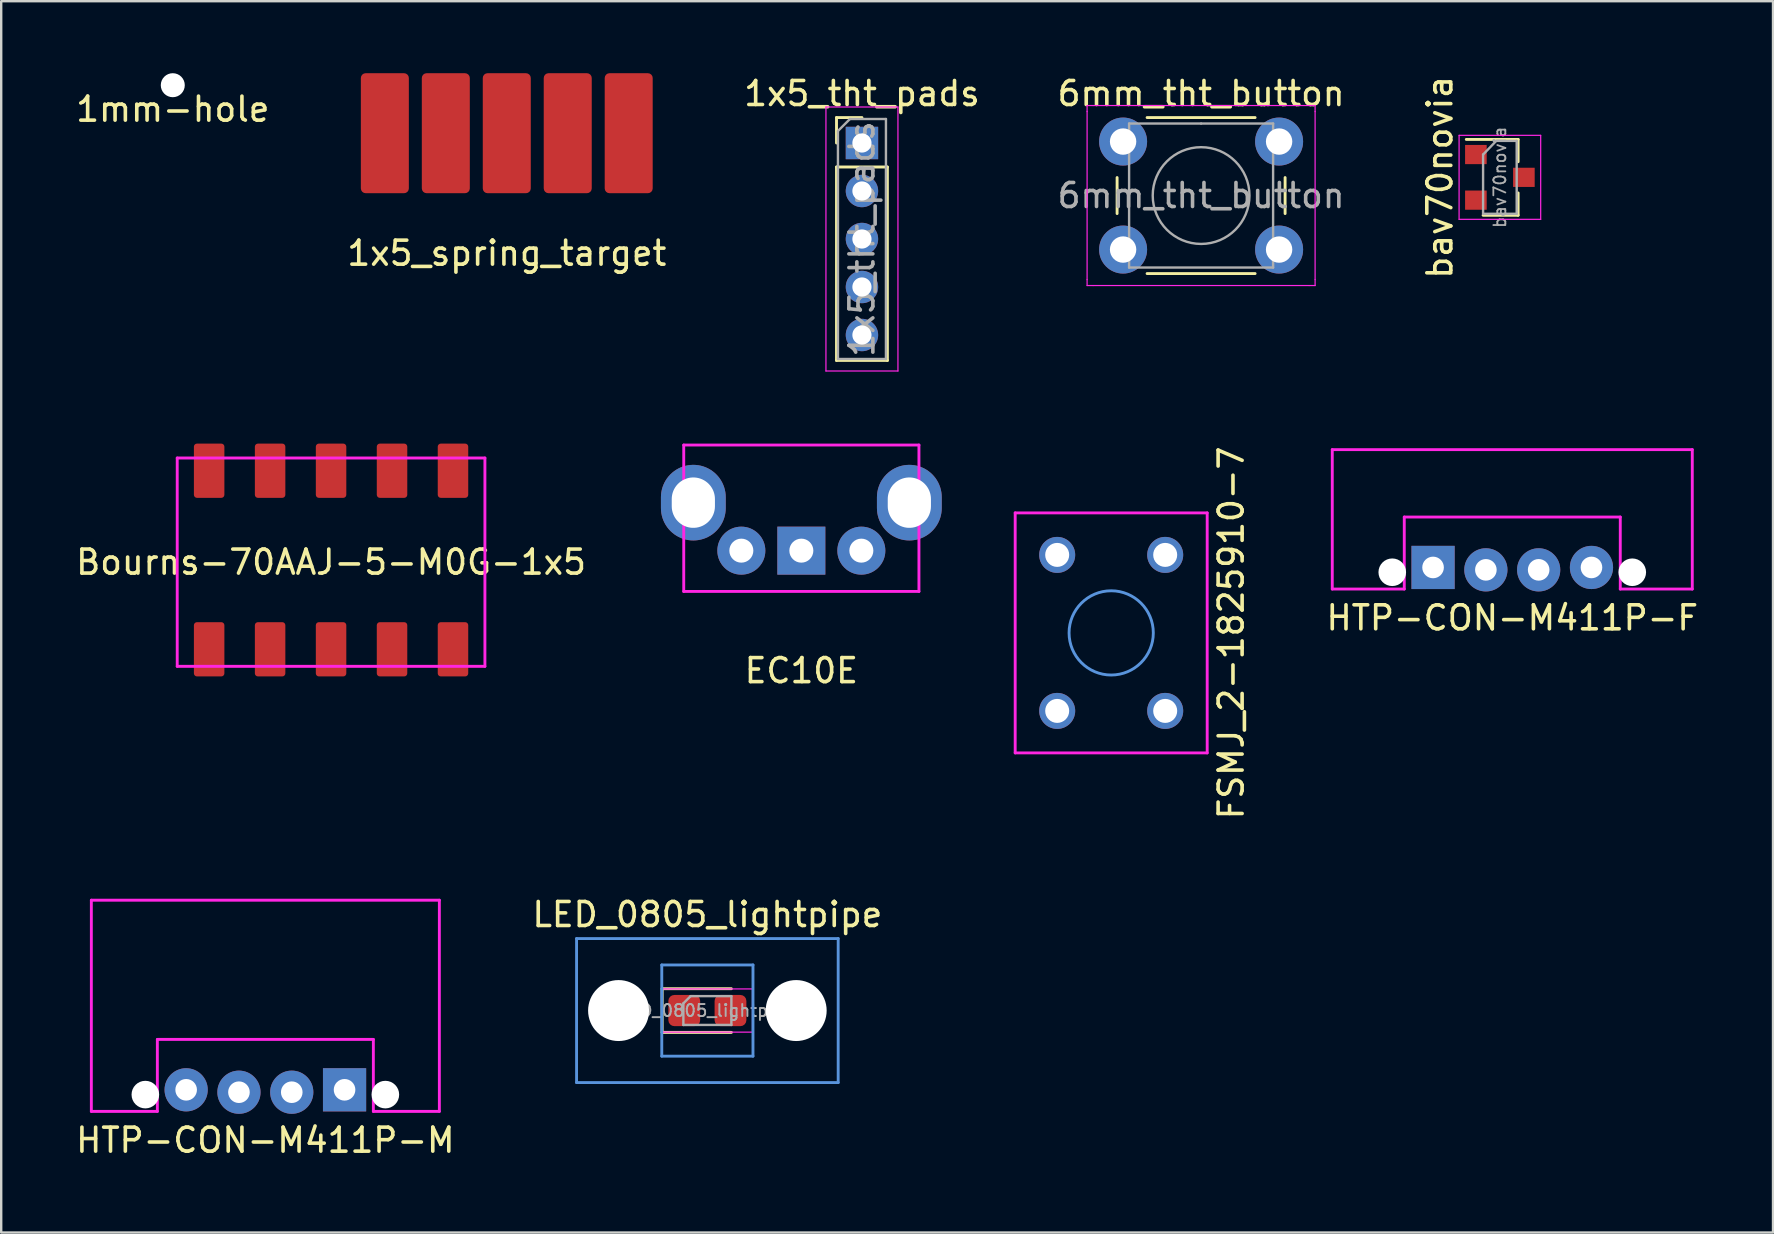
<source format=kicad_pcb>
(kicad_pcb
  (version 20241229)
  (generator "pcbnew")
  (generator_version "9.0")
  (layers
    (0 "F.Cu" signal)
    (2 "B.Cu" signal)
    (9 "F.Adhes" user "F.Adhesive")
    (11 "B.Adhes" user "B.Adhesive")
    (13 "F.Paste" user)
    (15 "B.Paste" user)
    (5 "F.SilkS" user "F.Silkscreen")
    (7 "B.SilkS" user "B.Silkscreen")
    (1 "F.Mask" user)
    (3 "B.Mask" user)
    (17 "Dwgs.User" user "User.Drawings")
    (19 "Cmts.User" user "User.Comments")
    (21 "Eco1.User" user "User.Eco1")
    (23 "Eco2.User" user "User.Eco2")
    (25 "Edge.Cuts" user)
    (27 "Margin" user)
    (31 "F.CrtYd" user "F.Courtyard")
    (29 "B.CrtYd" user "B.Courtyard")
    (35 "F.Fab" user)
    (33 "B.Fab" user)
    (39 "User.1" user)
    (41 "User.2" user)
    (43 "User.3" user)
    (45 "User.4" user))
  (footprint "HTP-CON-M411P-M"
    (layer "F.Cu")
    (at 8.006 34.457)
    (property "Reference" "HTP-CON-M411P-M" (at 0 10 0) (layer "F.SilkS") (effects (font (size 1 1) (thickness 0.15))))
    (attr through_hole)
    (fp_line (start -7.25 6.05) (end 7.25 6.05) (stroke (width 0.12) (type solid)) (layer "Eco2.User"))
    (fp_line (start -7.25 0) (end -7.25 8.8) (stroke (width 0.12) (type solid)) (layer "F.CrtYd"))
    (fp_line (start -7.25 0) (end 7.25 0) (stroke (width 0.12) (type solid)) (layer "F.CrtYd"))
    (fp_line (start -7.25 8.8) (end -4.5 8.8) (stroke (width 0.12) (type solid)) (layer "F.CrtYd"))
    (fp_line (start -4.5 8.8) (end -4.5 5.8) (stroke (width 0.12) (type solid)) (layer "F.CrtYd"))
    (fp_line (start 4.5 5.8) (end -4.5 5.8) (stroke (width 0.12) (type solid)) (layer "F.CrtYd"))
    (fp_line (start 4.5 5.8) (end 4.5 8.8) (stroke (width 0.12) (type solid)) (layer "F.CrtYd"))
    (fp_line (start 4.5 8.8) (end 7.25 8.8) (stroke (width 0.12) (type solid)) (layer "F.CrtYd"))
    (fp_line (start 7.25 0) (end 7.25 8.8) (stroke (width 0.12) (type solid)) (layer "F.CrtYd"))
    (pad "" np_thru_hole circle (at -5 8.1) (size 1.15 1.15) (drill 1.15) (layers "*.Cu" "*.Mask"))
    (pad "" np_thru_hole circle (at 5 8.1) (size 1.15 1.15) (drill 1.15) (layers "*.Cu" "*.Mask"))
    (pad "1" thru_hole circle (at -3.3 7.9) (size 1.8 1.8) (drill 0.9) (layers "*.Cu" "*.Mask"))
    (pad "2" thru_hole circle (at -1.1 8) (size 1.8 1.8) (drill 0.9) (layers "*.Cu" "*.Mask"))
    (pad "3" thru_hole circle (at 1.1 8) (size 1.8 1.8) (drill 0.9) (layers "*.Cu" "*.Mask"))
    (pad "4" thru_hole rect (at 3.3 7.9) (size 1.8 1.8) (drill 0.9) (layers "*.Cu" "*.Mask")))
  (footprint "HTP-CON-M411P-F"
    (layer "F.Cu")
    (at 59.959 15.683)
    (property "Reference" "HTP-CON-M411P-F" (at 0 7.01 0) (layer "F.SilkS") (effects (font (size 1 1) (thickness 0.15))))
    (attr through_hole)
    (fp_line (start -7.5 3.06) (end 7.5 3.06) (stroke (width 0.12) (type solid)) (layer "Eco2.User"))
    (fp_line (start -7.5 0) (end -7.5 5.81) (stroke (width 0.12) (type solid)) (layer "F.CrtYd"))
    (fp_line (start -7.5 0) (end 7.5 0) (stroke (width 0.12) (type solid)) (layer "F.CrtYd"))
    (fp_line (start -7.5 5.81) (end -4.5 5.81) (stroke (width 0.12) (type solid)) (layer "F.CrtYd"))
    (fp_line (start -4.5 5.81) (end -4.5 2.81) (stroke (width 0.12) (type solid)) (layer "F.CrtYd"))
    (fp_line (start 4.5 2.81) (end -4.5 2.81) (stroke (width 0.12) (type solid)) (layer "F.CrtYd"))
    (fp_line (start 4.5 2.81) (end 4.5 5.81) (stroke (width 0.12) (type solid)) (layer "F.CrtYd"))
    (fp_line (start 4.5 5.81) (end 7.5 5.81) (stroke (width 0.12) (type solid)) (layer "F.CrtYd"))
    (fp_line (start 7.5 0) (end 7.5 5.81) (stroke (width 0.12) (type solid)) (layer "F.CrtYd"))
    (pad "" np_thru_hole circle (at -5 5.11) (size 1.15 1.15) (drill 1.15) (layers "*.Cu" "*.Mask"))
    (pad "" np_thru_hole circle (at 5 5.11) (size 1.15 1.15) (drill 1.15) (layers "*.Cu" "*.Mask"))
    (pad "1" thru_hole circle (at 3.3 4.91) (size 1.8 1.8) (drill 0.9) (layers "*.Cu" "*.Mask"))
    (pad "2" thru_hole circle (at 1.1 5.01) (size 1.8 1.8) (drill 0.9) (layers "*.Cu" "*.Mask"))
    (pad "3" thru_hole circle (at -1.1 5.01) (size 1.8 1.8) (drill 0.9) (layers "*.Cu" "*.Mask"))
    (pad "4" thru_hole rect (at -3.3 4.91) (size 1.8 1.8) (drill 0.9) (layers "*.Cu" "*.Mask")))
  (footprint "FSMJ_2-1825910-7"
    (layer "F.Cu")
    (at 43.248 23.32)
    (property "Reference" "FSMJ_2-1825910-7" (at 5 0 90) (layer "F.SilkS") (effects (font (size 1 1) (thickness 0.15))))
    (attr through_hole)
    (fp_circle (center 0 0) (end 1.755 0) (stroke (width 0.12) (type solid)) (fill no) (layer "Cmts.User"))
    (fp_line (start -4 -5) (end 4 -5) (stroke (width 0.12) (type solid)) (layer "F.CrtYd"))
    (fp_line (start -4 5) (end -4 -5) (stroke (width 0.12) (type solid)) (layer "F.CrtYd"))
    (fp_line (start 4 -5) (end 4 5) (stroke (width 0.12) (type solid)) (layer "F.CrtYd"))
    (fp_line (start 4 5) (end -4 5) (stroke (width 0.12) (type solid)) (layer "F.CrtYd"))
    (pad "1" thru_hole circle (at -2.25 -3.25) (size 1.5 1.5) (drill 1) (layers "*.Cu" "B.Mask"))
    (pad "1" thru_hole circle (at -2.25 3.25) (size 1.5 1.5) (drill 1) (layers "*.Cu" "B.Mask"))
    (pad "2" thru_hole circle (at 2.25 -3.25) (size 1.5 1.5) (drill 1) (layers "*.Cu" "B.Mask"))
    (pad "2" thru_hole circle (at 2.25 3.25) (size 1.5 1.5) (drill 1) (layers "*.Cu" "B.Mask")))
  (footprint "1mm-hole"
    (layer "F.Cu")
    (at 4.149 0.5)
    (property "Reference" "1mm-hole" (at 0 1 0) (layer "F.SilkS") (effects (font (size 1 1) (thickness 0.15))))
    (attr through_hole)
    (pad "" np_thru_hole circle (at 0 0) (size 1 1) (drill 1) (layers "*.Cu" "*.Mask")))
  (footprint "Bourns-70AAJ-5-M0G-1x5"
    (layer "F.Cu")
    (at 10.744 16.563)
    (property "Reference" "Bourns-70AAJ-5-M0G-1x5" (at 0 3.81 0) (layer "F.SilkS") (effects (font (size 1 1) (thickness 0.15))))
    (attr through_hole)
    (fp_line (start -6.41 -0.53) (end 6.41 -0.53) (stroke (width 0.12) (type solid)) (layer "F.CrtYd"))
    (fp_line (start -6.41 8.15) (end -6.41 -0.53) (stroke (width 0.12) (type solid)) (layer "F.CrtYd"))
    (fp_line (start 6.41 -0.53) (end 6.41 8.15) (stroke (width 0.12) (type solid)) (layer "F.CrtYd"))
    (fp_line (start 6.41 8.15) (end -6.41 8.15) (stroke (width 0.12) (type solid)) (layer "F.CrtYd"))
    (pad "1" smd roundrect (at -5.08 0) (size 1.27 2.26) (layers "F.Cu" "F.Mask" "F.Paste") (roundrect_rratio 0.1))
    (pad "1" smd roundrect (at -5.08 7.44) (size 1.27 2.26) (layers "F.Cu" "F.Mask" "F.Paste") (roundrect_rratio 0.1))
    (pad "2" smd roundrect (at -2.54 0) (size 1.27 2.26) (layers "F.Cu" "F.Mask" "F.Paste") (roundrect_rratio 0.1))
    (pad "2" smd roundrect (at -2.54 7.44) (size 1.27 2.26) (layers "F.Cu" "F.Mask" "F.Paste") (roundrect_rratio 0.1))
    (pad "3" smd roundrect (at 0 0) (size 1.27 2.26) (layers "F.Cu" "F.Mask" "F.Paste") (roundrect_rratio 0.1))
    (pad "3" smd roundrect (at 0 7.44) (size 1.27 2.26) (layers "F.Cu" "F.Mask" "F.Paste") (roundrect_rratio 0.1))
    (pad "4" smd roundrect (at 2.54 0) (size 1.27 2.26) (layers "F.Cu" "F.Mask" "F.Paste") (roundrect_rratio 0.1))
    (pad "4" smd roundrect (at 2.54 7.44) (size 1.27 2.26) (layers "F.Cu" "F.Mask" "F.Paste") (roundrect_rratio 0.1))
    (pad "5" smd roundrect (at 5.08 0) (size 1.27 2.26) (layers "F.Cu" "F.Mask" "F.Paste") (roundrect_rratio 0.1))
    (pad "5" smd roundrect (at 5.08 7.44) (size 1.27 2.26) (layers "F.Cu" "F.Mask" "F.Paste") (roundrect_rratio 0.1)))
  (footprint "6mm_tht_button"
    (layer "F.Cu")
    (at 46.994 5.098)
    (property "Reference" "6mm_tht_button" (at 0 -4.25 0) (layer "F.SilkS") (effects (font (size 1 1) (thickness 0.15))))
    (attr through_hole)
    (fp_line (start -3.5 -0.75) (end -3.5 0.75) (stroke (width 0.12) (type solid)) (layer "F.SilkS"))
    (fp_line (start -2.25 3.25) (end 2.25 3.25) (stroke (width 0.12) (type solid)) (layer "F.SilkS"))
    (fp_line (start 2.25 -3.25) (end -2.25 -3.25) (stroke (width 0.12) (type solid)) (layer "F.SilkS"))
    (fp_line (start 3.5 0.75) (end 3.5 -0.75) (stroke (width 0.12) (type solid)) (layer "F.SilkS"))
    (fp_line (start -4.75 -3.75) (end -4.5 -3.75) (stroke (width 0.05) (type solid)) (layer "F.CrtYd"))
    (fp_line (start -4.75 -3.5) (end -4.75 -3.75) (stroke (width 0.05) (type solid)) (layer "F.CrtYd"))
    (fp_line (start -4.75 3.5) (end -4.75 -3.5) (stroke (width 0.05) (type solid)) (layer "F.CrtYd"))
    (fp_line (start -4.75 3.5) (end -4.75 3.75) (stroke (width 0.05) (type solid)) (layer "F.CrtYd"))
    (fp_line (start -4.75 3.75) (end -4.5 3.75) (stroke (width 0.05) (type solid)) (layer "F.CrtYd"))
    (fp_line (start -4.5 -3.75) (end 4.5 -3.75) (stroke (width 0.05) (type solid)) (layer "F.CrtYd"))
    (fp_line (start 4.5 -3.75) (end 4.75 -3.75) (stroke (width 0.05) (type solid)) (layer "F.CrtYd"))
    (fp_line (start 4.5 3.75) (end -4.5 3.75) (stroke (width 0.05) (type solid)) (layer "F.CrtYd"))
    (fp_line (start 4.5 3.75) (end 4.75 3.75) (stroke (width 0.05) (type solid)) (layer "F.CrtYd"))
    (fp_line (start 4.75 -3.75) (end 4.75 -3.5) (stroke (width 0.05) (type solid)) (layer "F.CrtYd"))
    (fp_line (start 4.75 -3.5) (end 4.75 3.5) (stroke (width 0.05) (type solid)) (layer "F.CrtYd"))
    (fp_line (start 4.75 3.75) (end 4.75 3.5) (stroke (width 0.05) (type solid)) (layer "F.CrtYd"))
    (fp_line (start -3 -3) (end 0 -3) (stroke (width 0.1) (type solid)) (layer "F.Fab"))
    (fp_line (start -3 3) (end -3 -3) (stroke (width 0.1) (type solid)) (layer "F.Fab"))
    (fp_line (start 0 -3) (end 3 -3) (stroke (width 0.1) (type solid)) (layer "F.Fab"))
    (fp_line (start 3 -3) (end 3 3) (stroke (width 0.1) (type solid)) (layer "F.Fab"))
    (fp_line (start 3 3) (end -3 3) (stroke (width 0.1) (type solid)) (layer "F.Fab"))
    (fp_circle (center 0 0) (end -2 0.25) (stroke (width 0.1) (type solid)) (fill no) (layer "F.Fab"))
    (fp_text user "${REFERENCE}" (at 0 0 0) (layer "F.Fab") (effects (font (size 1 1) (thickness 0.15))))
    (pad "1" thru_hole circle (at -3.25 -2.25 90) (size 2 2) (drill 1.1) (layers "*.Cu" "*.Mask"))
    (pad "1" thru_hole circle (at 3.25 -2.25 90) (size 2 2) (drill 1.1) (layers "*.Cu" "*.Mask"))
    (pad "2" thru_hole circle (at -3.25 2.25 90) (size 2 2) (drill 1.1) (layers "*.Cu" "*.Mask"))
    (pad "2" thru_hole circle (at 3.25 2.25 90) (size 2 2) (drill 1.1) (layers "*.Cu" "*.Mask")))
  (footprint "bav70novia"
    (layer "F.Cu")
    (at 59.443 4.339)
    (property "Reference" "bav70novia" (at -2.5 0 90) (layer "F.SilkS") (effects (font (size 1 1) (thickness 0.15))))
    (attr smd)
    (fp_line (start 0.76 -1.58) (end -1.4 -1.58) (stroke (width 0.12) (type solid)) (layer "F.SilkS"))
    (fp_line (start 0.76 -1.58) (end 0.76 -0.65) (stroke (width 0.12) (type solid)) (layer "F.SilkS"))
    (fp_line (start 0.76 1.58) (end -0.7 1.58) (stroke (width 0.12) (type solid)) (layer "F.SilkS"))
    (fp_line (start 0.76 1.58) (end 0.76 0.65) (stroke (width 0.12) (type solid)) (layer "F.SilkS"))
    (fp_line (start -1.7 -1.75) (end 1.7 -1.75) (stroke (width 0.05) (type solid)) (layer "F.CrtYd"))
    (fp_line (start -1.7 1.75) (end -1.7 -1.75) (stroke (width 0.05) (type solid)) (layer "F.CrtYd"))
    (fp_line (start 1.7 -1.75) (end 1.7 1.75) (stroke (width 0.05) (type solid)) (layer "F.CrtYd"))
    (fp_line (start 1.7 1.75) (end -1.7 1.75) (stroke (width 0.05) (type solid)) (layer "F.CrtYd"))
    (fp_line (start -0.7 -0.95) (end -0.7 1.5) (stroke (width 0.1) (type solid)) (layer "F.Fab"))
    (fp_line (start -0.7 -0.95) (end -0.15 -1.52) (stroke (width 0.1) (type solid)) (layer "F.Fab"))
    (fp_line (start -0.7 1.52) (end 0.7 1.52) (stroke (width 0.1) (type solid)) (layer "F.Fab"))
    (fp_line (start -0.15 -1.52) (end 0.7 -1.52) (stroke (width 0.1) (type solid)) (layer "F.Fab"))
    (fp_line (start 0.7 -1.52) (end 0.7 1.52) (stroke (width 0.1) (type solid)) (layer "F.Fab"))
    (fp_text user "${REFERENCE}" (at 0 0 90) (layer "F.Fab") (effects (font (size 0.5 0.5) (thickness 0.075))))
    (pad "1" smd rect (at -1 -0.95) (size 0.9 0.8) (layers "F.Cu" "F.Mask" "F.Paste"))
    (pad "2" smd rect (at -1 0.95) (size 0.9 0.8) (layers "F.Cu" "F.Mask" "F.Paste"))
    (pad "3" smd rect (at 1 0) (size 0.9 0.8) (layers "F.Cu" "F.Mask" "F.Paste")))
  (footprint "1x5_spring_target"
    (layer "F.Cu")
    (at 18.065 2.5)
    (property "Reference" "1x5_spring_target" (at 0 5 0) (layer "F.SilkS") (effects (font (size 1 1) (thickness 0.15))))
    (attr through_hole)
    (pad "1" smd roundrect (at -5.08 0) (size 2 5) (layers "F.Cu" "F.Mask" "F.Paste") (roundrect_rratio 0.1))
    (pad "2" smd roundrect (at -2.54 0) (size 2 5) (layers "F.Cu" "F.Mask" "F.Paste") (roundrect_rratio 0.1))
    (pad "3" smd roundrect (at 0 0) (size 2 5) (layers "F.Cu" "F.Mask" "F.Paste") (roundrect_rratio 0.1))
    (pad "4" smd roundrect (at 2.54 0) (size 2 5) (layers "F.Cu" "F.Mask" "F.Paste") (roundrect_rratio 0.1))
    (pad "5" smd roundrect (at 5.08 0) (size 2 5) (layers "F.Cu" "F.Mask" "F.Paste") (roundrect_rratio 0.1)))
  (footprint "EC10E"
    (layer "F.Cu")
    (at 30.338 19.893)
    (property "Reference" "EC10E" (at 0 5 0) (layer "F.SilkS") (effects (font (size 1 1) (thickness 0.15))))
    (attr through_hole)
    (fp_line (start -4.9 -4.4) (end -4.9 1.7) (stroke (width 0.12) (type solid)) (layer "F.CrtYd"))
    (fp_line (start -4.9 -4.4) (end 4.9 -4.4) (stroke (width 0.12) (type solid)) (layer "F.CrtYd"))
    (fp_line (start -4.9 1.7) (end 4.9 1.7) (stroke (width 0.12) (type solid)) (layer "F.CrtYd"))
    (fp_line (start 4.9 -4.4) (end 4.9 1.7) (stroke (width 0.12) (type solid)) (layer "F.CrtYd"))
    (pad "" thru_hole oval (at -4.5 -2) (size 2.7 3.15) (drill oval 1.8 2.1) (layers "*.Cu" "*.Mask"))
    (pad "" thru_hole oval (at 4.5 -2) (size 2.7 3.15) (drill oval 1.8 2.1) (layers "*.Cu" "*.Mask"))
    (pad "A" thru_hole circle (at -2.5 0) (size 2 2) (drill 1) (layers "*.Cu" "*.Mask"))
    (pad "B" thru_hole circle (at 2.5 0) (size 2 2) (drill 1) (layers "*.Cu" "*.Mask"))
    (pad "C" thru_hole rect (at 0 0) (size 2 2) (drill 1) (layers "*.Cu" "*.Mask")))
  (footprint "1x5_tht_pads"
    (layer "F.Cu")
    (at 32.863 2.908)
    (property "Reference" "1x5_tht_pads" (at 0 -2.06 0) (layer "F.SilkS") (effects (font (size 1 1) (thickness 0.15))))
    (attr through_hole)
    (fp_line (start -1.06 -1.06) (end 0 -1.06) (stroke (width 0.12) (type solid)) (layer "F.SilkS"))
    (fp_line (start -1.06 0) (end -1.06 -1.06) (stroke (width 0.12) (type solid)) (layer "F.SilkS"))
    (fp_line (start -1.06 1) (end -1.06 9.06) (stroke (width 0.12) (type solid)) (layer "F.SilkS"))
    (fp_line (start -1.06 1) (end 1.06 1) (stroke (width 0.12) (type solid)) (layer "F.SilkS"))
    (fp_line (start -1.06 9.06) (end 1.06 9.06) (stroke (width 0.12) (type solid)) (layer "F.SilkS"))
    (fp_line (start 1.06 1) (end 1.06 9.06) (stroke (width 0.12) (type solid)) (layer "F.SilkS"))
    (fp_line (start -1.5 -1.5) (end -1.5 9.5) (stroke (width 0.05) (type solid)) (layer "F.CrtYd"))
    (fp_line (start -1.5 9.5) (end 1.5 9.5) (stroke (width 0.05) (type solid)) (layer "F.CrtYd"))
    (fp_line (start 1.5 -1.5) (end -1.5 -1.5) (stroke (width 0.05) (type solid)) (layer "F.CrtYd"))
    (fp_line (start 1.5 9.5) (end 1.5 -1.5) (stroke (width 0.05) (type solid)) (layer "F.CrtYd"))
    (fp_line (start -1 -0.5) (end -0.5 -1) (stroke (width 0.1) (type solid)) (layer "F.Fab"))
    (fp_line (start -1 9) (end -1 -0.5) (stroke (width 0.1) (type solid)) (layer "F.Fab"))
    (fp_line (start -0.5 -1) (end 1 -1) (stroke (width 0.1) (type solid)) (layer "F.Fab"))
    (fp_line (start 1 -1) (end 1 9) (stroke (width 0.1) (type solid)) (layer "F.Fab"))
    (fp_line (start 1 9) (end -1 9) (stroke (width 0.1) (type solid)) (layer "F.Fab"))
    (fp_text user "${REFERENCE}" (at 0 4 90) (layer "F.Fab") (effects (font (size 1 1) (thickness 0.15))))
    (pad "1" thru_hole rect (at 0 0) (size 1.35 1.35) (drill 0.8) (layers "*.Cu" "B.Mask"))
    (pad "2" thru_hole oval (at 0 2) (size 1.35 1.35) (drill 0.8) (layers "*.Cu" "B.Mask"))
    (pad "3" thru_hole oval (at 0 4) (size 1.35 1.35) (drill 0.8) (layers "*.Cu" "B.Mask"))
    (pad "4" thru_hole oval (at 0 6) (size 1.35 1.35) (drill 0.8) (layers "*.Cu" "B.Mask"))
    (pad "5" thru_hole oval (at 0 8) (size 1.35 1.35) (drill 0.8) (layers "*.Cu" "B.Mask")))
  (footprint "LED_0805_lightpipe"
    (layer "F.Cu")
    (at 26.423 39.055)
    (property "Reference" "LED_0805_lightpipe" (at 0 -4 0) (layer "F.SilkS") (effects (font (size 1 1) (thickness 0.15))))
    (attr smd)
    (fp_line (start -1.885 -0.91) (end -1.885 0.91) (stroke (width 0.12) (type solid)) (layer "F.SilkS"))
    (fp_line (start -1.885 0.91) (end 1 0.91) (stroke (width 0.12) (type solid)) (layer "F.SilkS"))
    (fp_line (start 1 -0.91) (end -1.885 -0.91) (stroke (width 0.12) (type solid)) (layer "F.SilkS"))
    (fp_line (start -5.45 -3) (end 5.45 -3) (stroke (width 0.12) (type solid)) (layer "Cmts.User"))
    (fp_line (start -5.45 3) (end -5.45 -3) (stroke (width 0.12) (type solid)) (layer "Cmts.User"))
    (fp_line (start -5.45 3) (end 5.45 3) (stroke (width 0.12) (type solid)) (layer "Cmts.User"))
    (fp_line (start -1.9 -1.9) (end 1.9 -1.9) (stroke (width 0.12) (type solid)) (layer "Cmts.User"))
    (fp_line (start -1.9 1.9) (end -1.9 -1.9) (stroke (width 0.12) (type solid)) (layer "Cmts.User"))
    (fp_line (start 1.9 -1.9) (end 1.9 1.9) (stroke (width 0.12) (type solid)) (layer "Cmts.User"))
    (fp_line (start 1.9 1.9) (end -1.9 1.9) (stroke (width 0.12) (type solid)) (layer "Cmts.User"))
    (fp_line (start 5.45 3) (end 5.45 -3) (stroke (width 0.12) (type solid)) (layer "Cmts.User"))
    (fp_line (start -1.88 -0.9) (end 1.88 -0.9) (stroke (width 0.05) (type solid)) (layer "F.CrtYd"))
    (fp_line (start -1.88 0.9) (end -1.88 -0.9) (stroke (width 0.05) (type solid)) (layer "F.CrtYd"))
    (fp_line (start 1.88 -0.9) (end 1.88 0.9) (stroke (width 0.05) (type solid)) (layer "F.CrtYd"))
    (fp_line (start 1.88 0.9) (end -1.88 0.9) (stroke (width 0.05) (type solid)) (layer "F.CrtYd"))
    (fp_line (start -1 -0.3) (end -1 0.6) (stroke (width 0.1) (type solid)) (layer "F.Fab"))
    (fp_line (start -1 0.6) (end 1 0.6) (stroke (width 0.1) (type solid)) (layer "F.Fab"))
    (fp_line (start -0.7 -0.6) (end -1 -0.3) (stroke (width 0.1) (type solid)) (layer "F.Fab"))
    (fp_line (start 1 -0.6) (end -0.7 -0.6) (stroke (width 0.1) (type solid)) (layer "F.Fab"))
    (fp_line (start 1 0.6) (end 1 -0.6) (stroke (width 0.1) (type solid)) (layer "F.Fab"))
    (fp_text user "${REFERENCE}" (at 0 0 0) (layer "F.Fab") (effects (font (size 0.5 0.5) (thickness 0.08))))
    (pad "" np_thru_hole circle (at -3.7 0) (size 2.54 2.54) (drill 2.54) (layers "*.Cu" "*.Mask"))
    (pad "" np_thru_hole circle (at 3.7 0) (size 2.54 2.54) (drill 2.54) (layers "*.Cu" "*.Mask"))
    (pad "1" smd roundrect (at -0.963 0) (size 1.325 1.3) (layers "F.Cu" "F.Mask" "F.Paste") (roundrect_rratio 0.192))
    (pad "2" smd roundrect (at 0.963 0) (size 1.325 1.3) (layers "F.Cu" "F.Mask" "F.Paste") (roundrect_rratio 0.192)))
  (gr_rect
    (start -3 -3)
    (end 70.823 48.305)
    (stroke (width 0.1) (type default))
    (fill no)
    (layer "Edge.Cuts")))
</source>
